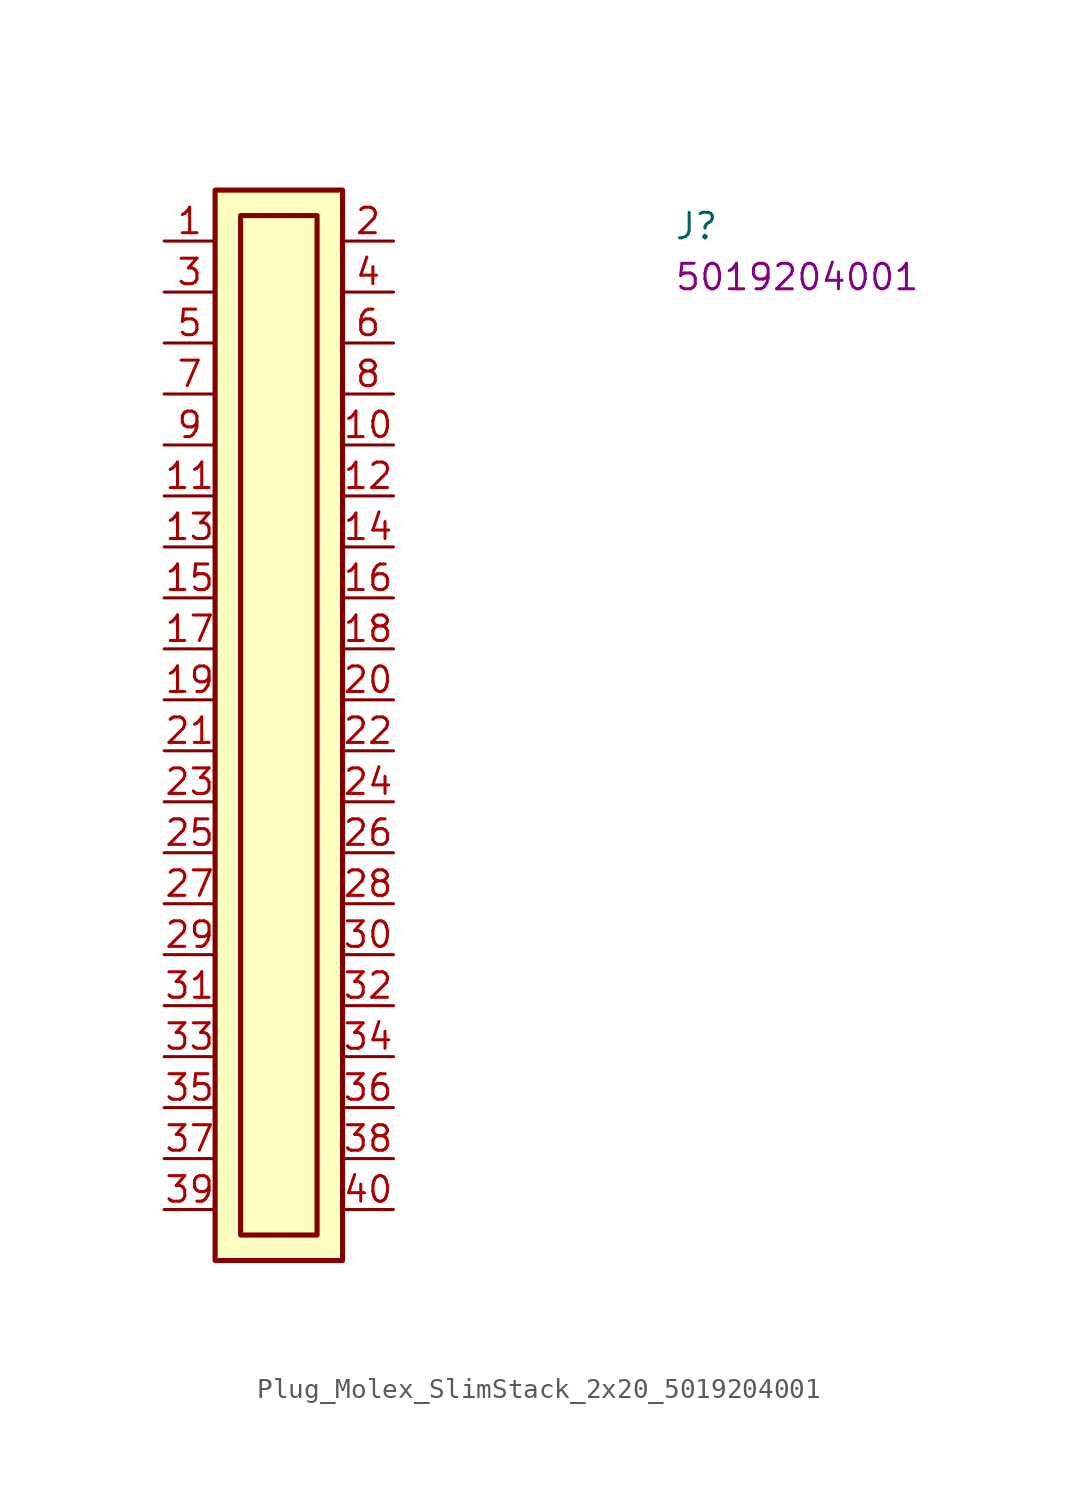
<source format=kicad_sym>
(kicad_symbol_lib
  (version 20220914)
  (generator kicad_symbol_editor)
  (symbol "Plug_Molex_SlimStack_2x20_5019204001"
    (property "Reference" "J"
      (at 25.4 0 0)
      (effects (font (size 1.27 1.27) (thickness 0.15)) (justify left bottom)))
    (property "MPN" "5019204001"
      (at 25.4 -2.54 0)
      (effects (font (size 1.27 1.27) (thickness 0.15)) (justify left bottom)))
    (symbol "Plug_Molex_SlimStack_2x20_5019204001_1_1"
      (rectangle (start 2.54 2.54) (end 8.89 -50.8) (stroke (width 0.254) (type default)) (fill (type background)))
      (rectangle (start 3.81 1.27) (end 7.62 -49.53) (stroke (width 0.254) (type default)) (fill (type background)))
      (pin passive line (at 0 0 0) (length 2.54) (name "~" (effects (font (size 1.27 1.27)))) (number "1" (effects (font (size 1.27 1.27)))))
      (pin passive line (at 11.43 -10.16 180) (length 2.54) (name "~" (effects (font (size 1.27 1.27)))) (number "10" (effects (font (size 1.27 1.27)))))
      (pin passive line (at 0 -12.7 0) (length 2.54) (name "~" (effects (font (size 1.27 1.27)))) (number "11" (effects (font (size 1.27 1.27)))))
      (pin passive line (at 11.43 -12.7 180) (length 2.54) (name "~" (effects (font (size 1.27 1.27)))) (number "12" (effects (font (size 1.27 1.27)))))
      (pin passive line (at 0 -15.24 0) (length 2.54) (name "~" (effects (font (size 1.27 1.27)))) (number "13" (effects (font (size 1.27 1.27)))))
      (pin passive line (at 11.43 -15.24 180) (length 2.54) (name "~" (effects (font (size 1.27 1.27)))) (number "14" (effects (font (size 1.27 1.27)))))
      (pin passive line (at 0 -17.78 0) (length 2.54) (name "~" (effects (font (size 1.27 1.27)))) (number "15" (effects (font (size 1.27 1.27)))))
      (pin passive line (at 11.43 -17.78 180) (length 2.54) (name "~" (effects (font (size 1.27 1.27)))) (number "16" (effects (font (size 1.27 1.27)))))
      (pin passive line (at 0 -20.32 0) (length 2.54) (name "~" (effects (font (size 1.27 1.27)))) (number "17" (effects (font (size 1.27 1.27)))))
      (pin passive line (at 11.43 -20.32 180) (length 2.54) (name "~" (effects (font (size 1.27 1.27)))) (number "18" (effects (font (size 1.27 1.27)))))
      (pin passive line (at 0 -22.86 0) (length 2.54) (name "~" (effects (font (size 1.27 1.27)))) (number "19" (effects (font (size 1.27 1.27)))))
      (pin passive line (at 11.43 0 180) (length 2.54) (name "~" (effects (font (size 1.27 1.27)))) (number "2" (effects (font (size 1.27 1.27)))))
      (pin passive line (at 11.43 -22.86 180) (length 2.54) (name "~" (effects (font (size 1.27 1.27)))) (number "20" (effects (font (size 1.27 1.27)))))
      (pin passive line (at 0 -25.4 0) (length 2.54) (name "~" (effects (font (size 1.27 1.27)))) (number "21" (effects (font (size 1.27 1.27)))))
      (pin passive line (at 11.43 -25.4 180) (length 2.54) (name "~" (effects (font (size 1.27 1.27)))) (number "22" (effects (font (size 1.27 1.27)))))
      (pin passive line (at 0 -27.94 0) (length 2.54) (name "~" (effects (font (size 1.27 1.27)))) (number "23" (effects (font (size 1.27 1.27)))))
      (pin passive line (at 11.43 -27.94 180) (length 2.54) (name "~" (effects (font (size 1.27 1.27)))) (number "24" (effects (font (size 1.27 1.27)))))
      (pin passive line (at 0 -30.48 0) (length 2.54) (name "~" (effects (font (size 1.27 1.27)))) (number "25" (effects (font (size 1.27 1.27)))))
      (pin passive line (at 11.43 -30.48 180) (length 2.54) (name "~" (effects (font (size 1.27 1.27)))) (number "26" (effects (font (size 1.27 1.27)))))
      (pin passive line (at 0 -33.02 0) (length 2.54) (name "~" (effects (font (size 1.27 1.27)))) (number "27" (effects (font (size 1.27 1.27)))))
      (pin passive line (at 11.43 -33.02 180) (length 2.54) (name "~" (effects (font (size 1.27 1.27)))) (number "28" (effects (font (size 1.27 1.27)))))
      (pin passive line (at 0 -35.56 0) (length 2.54) (name "~" (effects (font (size 1.27 1.27)))) (number "29" (effects (font (size 1.27 1.27)))))
      (pin passive line (at 0 -2.54 0) (length 2.54) (name "~" (effects (font (size 1.27 1.27)))) (number "3" (effects (font (size 1.27 1.27)))))
      (pin passive line (at 11.43 -35.56 180) (length 2.54) (name "~" (effects (font (size 1.27 1.27)))) (number "30" (effects (font (size 1.27 1.27)))))
      (pin passive line (at 0 -38.1 0) (length 2.54) (name "~" (effects (font (size 1.27 1.27)))) (number "31" (effects (font (size 1.27 1.27)))))
      (pin passive line (at 11.43 -38.1 180) (length 2.54) (name "~" (effects (font (size 1.27 1.27)))) (number "32" (effects (font (size 1.27 1.27)))))
      (pin passive line (at 0 -40.64 0) (length 2.54) (name "~" (effects (font (size 1.27 1.27)))) (number "33" (effects (font (size 1.27 1.27)))))
      (pin passive line (at 11.43 -40.64 180) (length 2.54) (name "~" (effects (font (size 1.27 1.27)))) (number "34" (effects (font (size 1.27 1.27)))))
      (pin passive line (at 0 -43.18 0) (length 2.54) (name "~" (effects (font (size 1.27 1.27)))) (number "35" (effects (font (size 1.27 1.27)))))
      (pin passive line (at 11.43 -43.18 180) (length 2.54) (name "~" (effects (font (size 1.27 1.27)))) (number "36" (effects (font (size 1.27 1.27)))))
      (pin passive line (at 0 -45.72 0) (length 2.54) (name "~" (effects (font (size 1.27 1.27)))) (number "37" (effects (font (size 1.27 1.27)))))
      (pin passive line (at 11.43 -45.72 180) (length 2.54) (name "~" (effects (font (size 1.27 1.27)))) (number "38" (effects (font (size 1.27 1.27)))))
      (pin passive line (at 0 -48.26 0) (length 2.54) (name "~" (effects (font (size 1.27 1.27)))) (number "39" (effects (font (size 1.27 1.27)))))
      (pin passive line (at 11.43 -2.54 180) (length 2.54) (name "~" (effects (font (size 1.27 1.27)))) (number "4" (effects (font (size 1.27 1.27)))))
      (pin passive line (at 11.43 -48.26 180) (length 2.54) (name "~" (effects (font (size 1.27 1.27)))) (number "40" (effects (font (size 1.27 1.27)))))
      (pin passive line (at 0 -5.08 0) (length 2.54) (name "~" (effects (font (size 1.27 1.27)))) (number "5" (effects (font (size 1.27 1.27)))))
      (pin passive line (at 11.43 -5.08 180) (length 2.54) (name "~" (effects (font (size 1.27 1.27)))) (number "6" (effects (font (size 1.27 1.27)))))
      (pin passive line (at 0 -7.62 0) (length 2.54) (name "~" (effects (font (size 1.27 1.27)))) (number "7" (effects (font (size 1.27 1.27)))))
      (pin passive line (at 11.43 -7.62 180) (length 2.54) (name "~" (effects (font (size 1.27 1.27)))) (number "8" (effects (font (size 1.27 1.27)))))
      (pin passive line (at 0 -10.16 0) (length 2.54) (name "~" (effects (font (size 1.27 1.27)))) (number "9" (effects (font (size 1.27 1.27))))))))
</source>
